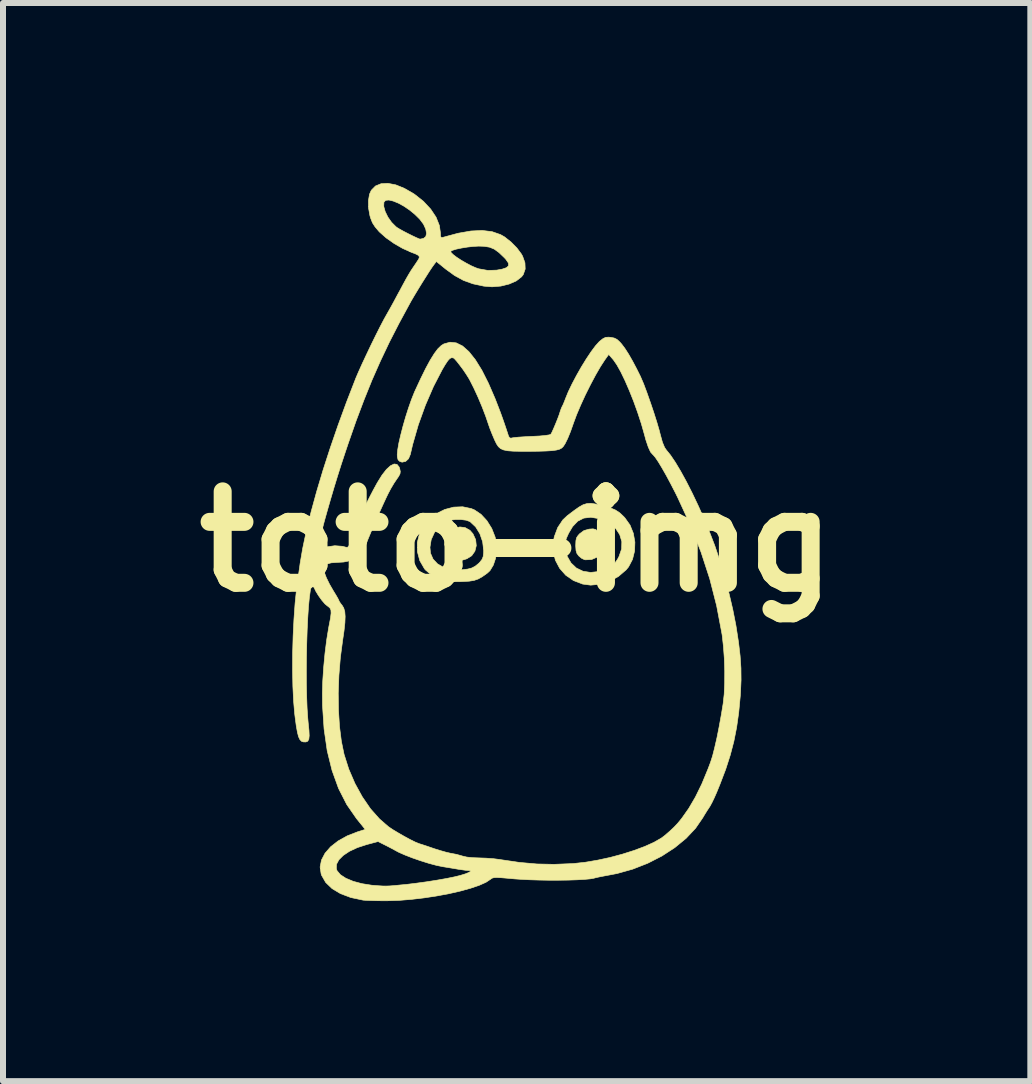
<source format=kicad_pcb>
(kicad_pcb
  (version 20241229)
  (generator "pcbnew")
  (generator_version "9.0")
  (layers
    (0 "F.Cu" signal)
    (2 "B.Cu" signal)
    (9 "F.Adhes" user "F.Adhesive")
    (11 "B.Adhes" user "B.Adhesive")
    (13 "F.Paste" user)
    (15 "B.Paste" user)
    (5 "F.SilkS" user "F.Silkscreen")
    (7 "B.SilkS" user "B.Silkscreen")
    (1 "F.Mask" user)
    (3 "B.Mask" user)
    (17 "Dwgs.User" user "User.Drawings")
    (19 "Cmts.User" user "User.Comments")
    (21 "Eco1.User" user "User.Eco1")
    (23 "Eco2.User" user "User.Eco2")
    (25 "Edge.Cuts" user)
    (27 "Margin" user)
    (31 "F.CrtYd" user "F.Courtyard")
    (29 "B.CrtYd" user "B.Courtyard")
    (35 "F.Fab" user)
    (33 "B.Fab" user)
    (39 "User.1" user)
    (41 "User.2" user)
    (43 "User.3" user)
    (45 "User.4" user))
  (footprint "toto-img"
    (layer "F.Cu")
    (at 5.559 5.972)
    (property "Reference" "toto-img" (at 0 0 0) (layer "F.SilkS") (effects (font (size 1.524 1.524) (thickness 0.3))))
    (attr through_hole)
    (fp_poly (pts (xy -0.859 -0.231) (xy -0.778 -0.185) (xy -0.728 -0.127) (xy -0.683 -0.029) (xy -0.673 0.07) (xy -0.696 0.162) (xy -0.749 0.238) (xy -0.831 0.289) (xy -0.832 0.289) (xy -0.903 0.311) (xy -0.958 0.311) (xy -1.018 0.289) (xy -1.033 0.282) (xy -1.114 0.223) (xy -1.171 0.144) (xy -1.199 0.054) (xy -1.195 -0.036) (xy -1.179 -0.076) (xy -1.115 -0.164) (xy -1.035 -0.219) (xy -0.947 -0.242) (xy -0.859 -0.231)) (stroke (width 0.01) (type solid)) (fill yes) (layer "F.SilkS"))
    (fp_poly (pts (xy 1.316 -0.199) (xy 1.359 -0.168) (xy 1.388 -0.14) (xy 1.442 -0.078) (xy 1.468 -0.018) (xy 1.472 0.016) (xy 1.459 0.113) (xy 1.412 0.197) (xy 1.339 0.262) (xy 1.249 0.301) (xy 1.148 0.306) (xy 1.13 0.303) (xy 1.084 0.282) (xy 1.036 0.242) (xy 1.035 0.241) (xy 1.004 0.2) (xy 0.989 0.151) (xy 0.984 0.078) (xy 0.984 0.062) (xy 0.987 -0.012) (xy 0.998 -0.061) (xy 1.025 -0.102) (xy 1.05 -0.129) (xy 1.121 -0.181) (xy 1.205 -0.205) (xy 1.213 -0.206) (xy 1.273 -0.21) (xy 1.316 -0.199)) (stroke (width 0.01) (type solid)) (fill yes) (layer "F.SilkS"))
    (fp_poly (pts (xy 1.313 -0.624) (xy 1.409 -0.602) (xy 1.444 -0.593) (xy 1.558 -0.56) (xy 1.644 -0.525) (xy 1.716 -0.478) (xy 1.786 -0.412) (xy 1.804 -0.392) (xy 1.889 -0.273) (xy 1.944 -0.136) (xy 1.97 0.011) (xy 1.965 0.159) (xy 1.93 0.299) (xy 1.865 0.423) (xy 1.824 0.473) (xy 1.696 0.583) (xy 1.548 0.664) (xy 1.391 0.713) (xy 1.233 0.728) (xy 1.099 0.71) (xy 0.946 0.651) (xy 0.817 0.562) (xy 0.716 0.447) (xy 0.645 0.312) (xy 0.609 0.162) (xy 0.61 0.061) (xy 0.806 0.061) (xy 0.81 0.112) (xy 0.842 0.248) (xy 0.906 0.359) (xy 0.995 0.443) (xy 1.105 0.496) (xy 1.231 0.516) (xy 1.368 0.501) (xy 1.482 0.462) (xy 1.569 0.417) (xy 1.63 0.368) (xy 1.679 0.3) (xy 1.706 0.249) (xy 1.749 0.124) (xy 1.752 0.002) (xy 1.717 -0.114) (xy 1.649 -0.217) (xy 1.549 -0.302) (xy 1.42 -0.365) (xy 1.372 -0.38) (xy 1.236 -0.403) (xy 1.118 -0.389) (xy 1.018 -0.338) (xy 0.932 -0.248) (xy 0.866 -0.137) (xy 0.83 -0.057) (xy 0.811 0.003) (xy 0.806 0.061) (xy 0.61 0.061) (xy 0.611 0.003) (xy 0.627 -0.079) (xy 0.684 -0.231) (xy 0.768 -0.358) (xy 0.844 -0.43) (xy 0.954 -0.513) (xy 1.039 -0.573) (xy 1.108 -0.612) (xy 1.171 -0.631) (xy 1.237 -0.635) (xy 1.313 -0.624)) (stroke (width 0.01) (type solid)) (fill yes) (layer "F.SilkS"))
    (fp_poly (pts (xy -0.757 -0.548) (xy -0.704 -0.526) (xy -0.594 -0.452) (xy -0.496 -0.346) (xy -0.415 -0.216) (xy -0.359 -0.073) (xy -0.339 0.022) (xy -0.333 0.152) (xy -0.351 0.28) (xy -0.389 0.394) (xy -0.444 0.485) (xy -0.486 0.525) (xy -0.57 0.585) (xy -0.64 0.625) (xy -0.71 0.649) (xy -0.791 0.662) (xy -0.897 0.668) (xy -0.942 0.67) (xy -1.041 0.671) (xy -1.127 0.669) (xy -1.19 0.666) (xy -1.216 0.663) (xy -1.287 0.634) (xy -1.37 0.588) (xy -1.451 0.533) (xy -1.515 0.479) (xy -1.535 0.457) (xy -1.614 0.32) (xy -1.654 0.172) (xy -1.655 0.097) (xy -1.445 0.097) (xy -1.436 0.196) (xy -1.393 0.294) (xy -1.318 0.374) (xy -1.216 0.432) (xy -1.094 0.468) (xy -0.958 0.478) (xy -0.814 0.46) (xy -0.747 0.442) (xy -0.69 0.412) (xy -0.631 0.364) (xy -0.615 0.347) (xy -0.577 0.299) (xy -0.558 0.252) (xy -0.551 0.189) (xy -0.55 0.148) (xy -0.567 0.005) (xy -0.613 -0.128) (xy -0.684 -0.243) (xy -0.776 -0.329) (xy -0.779 -0.331) (xy -0.841 -0.354) (xy -0.927 -0.365) (xy -1.023 -0.365) (xy -1.113 -0.353) (xy -1.177 -0.332) (xy -1.285 -0.254) (xy -1.369 -0.151) (xy -1.424 -0.031) (xy -1.445 0.097) (xy -1.655 0.097) (xy -1.656 0.019) (xy -1.619 -0.131) (xy -1.562 -0.244) (xy -1.462 -0.367) (xy -1.338 -0.464) (xy -1.198 -0.533) (xy -1.05 -0.572) (xy -0.9 -0.578) (xy -0.757 -0.548)) (stroke (width 0.01) (type solid)) (fill yes) (layer "F.SilkS"))
    (fp_poly (pts (xy -2.015 -5.942) (xy -1.872 -5.884) (xy -1.719 -5.796) (xy -1.702 -5.785) (xy -1.554 -5.668) (xy -1.433 -5.538) (xy -1.343 -5.403) (xy -1.288 -5.265) (xy -1.27 -5.14) (xy -1.268 -5.086) (xy -1.257 -5.065) (xy -1.232 -5.066) (xy -1.222 -5.069) (xy -0.978 -5.135) (xy -0.762 -5.173) (xy -0.574 -5.182) (xy -0.41 -5.162) (xy -0.269 -5.113) (xy -0.201 -5.074) (xy -0.095 -4.99) (xy 0.003 -4.891) (xy 0.079 -4.789) (xy 0.099 -4.753) (xy 0.138 -4.643) (xy 0.142 -4.539) (xy 0.11 -4.447) (xy 0.082 -4.41) (xy -0.007 -4.341) (xy -0.126 -4.289) (xy -0.264 -4.255) (xy -0.41 -4.243) (xy -0.547 -4.254) (xy -0.729 -4.293) (xy -0.887 -4.35) (xy -1.036 -4.432) (xy -1.19 -4.544) (xy -1.193 -4.547) (xy -1.338 -4.665) (xy -1.378 -4.613) (xy -1.409 -4.57) (xy -1.457 -4.498) (xy -1.515 -4.406) (xy -1.58 -4.303) (xy -1.645 -4.197) (xy -1.706 -4.096) (xy -1.757 -4.009) (xy -1.779 -3.969) (xy -1.959 -3.637) (xy -2.122 -3.319) (xy -2.271 -3.005) (xy -2.411 -2.688) (xy -2.544 -2.358) (xy -2.676 -2.008) (xy -2.809 -1.627) (xy -2.865 -1.46) (xy -2.926 -1.275) (xy -2.987 -1.082) (xy -3.046 -0.889) (xy -3.102 -0.699) (xy -3.154 -0.518) (xy -3.201 -0.351) (xy -3.24 -0.202) (xy -3.271 -0.078) (xy -3.292 0.018) (xy -3.302 0.08) (xy -3.302 0.09) (xy -3.297 0.106) (xy -3.278 0.111) (xy -3.234 0.105) (xy -3.17 0.091) (xy -3.03 0.071) (xy -2.902 0.081) (xy -2.845 0.096) (xy -2.822 0.098) (xy -2.802 0.085) (xy -2.782 0.048) (xy -2.756 -0.019) (xy -2.742 -0.057) (xy -2.705 -0.158) (xy -2.662 -0.265) (xy -2.623 -0.354) (xy -2.623 -0.356) (xy -2.592 -0.424) (xy -2.57 -0.476) (xy -2.561 -0.5) (xy -2.561 -0.5) (xy -2.552 -0.528) (xy -2.526 -0.585) (xy -2.489 -0.663) (xy -2.443 -0.753) (xy -2.393 -0.849) (xy -2.343 -0.941) (xy -2.322 -0.979) (xy -2.244 -1.105) (xy -2.17 -1.2) (xy -2.102 -1.262) (xy -2.042 -1.291) (xy -1.994 -1.284) (xy -1.959 -1.241) (xy -1.949 -1.214) (xy -1.939 -1.166) (xy -1.944 -1.127) (xy -1.968 -1.082) (xy -1.998 -1.039) (xy -2.045 -0.969) (xy -2.097 -0.881) (xy -2.143 -0.794) (xy -2.18 -0.717) (xy -2.227 -0.615) (xy -2.28 -0.498) (xy -2.335 -0.372) (xy -2.389 -0.248) (xy -2.438 -0.132) (xy -2.479 -0.033) (xy -2.507 0.04) (xy -2.516 0.065) (xy -2.568 0.16) (xy -2.661 0.246) (xy -2.741 0.298) (xy -2.808 0.328) (xy -2.884 0.343) (xy -2.974 0.348) (xy -3.089 0.356) (xy -3.166 0.377) (xy -3.208 0.414) (xy -3.217 0.453) (xy -3.205 0.516) (xy -3.171 0.605) (xy -3.119 0.711) (xy -3.052 0.827) (xy -3.045 0.838) (xy -3.005 0.904) (xy -2.976 0.955) (xy -2.963 0.983) (xy -2.963 0.983) (xy -2.951 1.008) (xy -2.92 1.051) (xy -2.91 1.062) (xy -2.882 1.108) (xy -2.864 1.169) (xy -2.858 1.25) (xy -2.862 1.355) (xy -2.877 1.492) (xy -2.9 1.649) (xy -2.938 1.937) (xy -2.962 2.232) (xy -2.973 2.527) (xy -2.969 2.814) (xy -2.952 3.084) (xy -2.921 3.329) (xy -2.877 3.543) (xy -2.877 3.544) (xy -2.798 3.793) (xy -2.695 4.032) (xy -2.573 4.254) (xy -2.436 4.454) (xy -2.286 4.623) (xy -2.139 4.751) (xy -2.065 4.801) (xy -1.972 4.857) (xy -1.871 4.915) (xy -1.773 4.968) (xy -1.688 5.01) (xy -1.626 5.035) (xy -1.623 5.036) (xy -1.572 5.052) (xy -1.496 5.077) (xy -1.406 5.108) (xy -1.371 5.12) (xy -1.275 5.15) (xy -1.18 5.177) (xy -1.104 5.195) (xy -1.086 5.198) (xy -1.002 5.214) (xy -0.92 5.237) (xy -0.9 5.243) (xy -0.831 5.259) (xy -0.735 5.269) (xy -0.627 5.273) (xy -0.512 5.277) (xy -0.387 5.286) (xy -0.276 5.3) (xy -0.267 5.302) (xy 0.045 5.348) (xy 0.337 5.374) (xy 0.624 5.38) (xy 0.924 5.368) (xy 0.953 5.366) (xy 1.146 5.345) (xy 1.351 5.31) (xy 1.559 5.265) (xy 1.763 5.21) (xy 1.958 5.148) (xy 2.135 5.082) (xy 2.288 5.013) (xy 2.41 4.943) (xy 2.466 4.901) (xy 2.555 4.824) (xy 2.622 4.761) (xy 2.677 4.703) (xy 2.731 4.638) (xy 2.749 4.616) (xy 2.867 4.449) (xy 2.978 4.259) (xy 3.085 4.041) (xy 3.189 3.789) (xy 3.231 3.678) (xy 3.264 3.575) (xy 3.299 3.437) (xy 3.337 3.272) (xy 3.374 3.086) (xy 3.41 2.888) (xy 3.441 2.699) (xy 3.458 2.544) (xy 3.466 2.36) (xy 3.467 2.158) (xy 3.46 1.949) (xy 3.445 1.746) (xy 3.424 1.559) (xy 3.418 1.525) (xy 3.332 1.071) (xy 3.218 0.625) (xy 3.073 0.18) (xy 2.895 -0.272) (xy 2.682 -0.735) (xy 2.644 -0.812) (xy 2.566 -0.963) (xy 2.491 -1.103) (xy 2.421 -1.226) (xy 2.36 -1.327) (xy 2.31 -1.401) (xy 2.274 -1.443) (xy 2.267 -1.449) (xy 2.231 -1.49) (xy 2.194 -1.57) (xy 2.153 -1.691) (xy 2.128 -1.784) (xy 2.077 -1.963) (xy 2.016 -2.149) (xy 1.949 -2.335) (xy 1.878 -2.513) (xy 1.806 -2.679) (xy 1.736 -2.824) (xy 1.67 -2.942) (xy 1.612 -3.026) (xy 1.605 -3.034) (xy 1.534 -3.116) (xy 1.468 -3.024) (xy 1.396 -2.913) (xy 1.315 -2.773) (xy 1.23 -2.613) (xy 1.145 -2.443) (xy 1.067 -2.273) (xy 0.999 -2.113) (xy 0.947 -1.973) (xy 0.944 -1.964) (xy 0.897 -1.831) (xy 0.85 -1.716) (xy 0.807 -1.629) (xy 0.777 -1.583) (xy 0.751 -1.557) (xy 0.714 -1.537) (xy 0.662 -1.523) (xy 0.59 -1.513) (xy 0.49 -1.507) (xy 0.359 -1.503) (xy 0.228 -1.502) (xy 0.068 -1.502) (xy -0.056 -1.504) (xy -0.149 -1.511) (xy -0.218 -1.525) (xy -0.268 -1.547) (xy -0.305 -1.58) (xy -0.335 -1.625) (xy -0.365 -1.686) (xy -0.375 -1.709) (xy -0.411 -1.794) (xy -0.444 -1.877) (xy -0.465 -1.937) (xy -0.514 -2.081) (xy -0.575 -2.241) (xy -0.644 -2.405) (xy -0.715 -2.559) (xy -0.781 -2.689) (xy -0.801 -2.724) (xy -0.842 -2.789) (xy -0.892 -2.863) (xy -0.946 -2.935) (xy -0.995 -2.998) (xy -1.034 -3.042) (xy -1.053 -3.058) (xy -1.083 -3.062) (xy -1.113 -3.049) (xy -1.148 -3.011) (xy -1.192 -2.945) (xy -1.241 -2.862) (xy -1.387 -2.58) (xy -1.521 -2.27) (xy -1.639 -1.943) (xy -1.734 -1.613) (xy -1.772 -1.45) (xy -1.802 -1.378) (xy -1.85 -1.334) (xy -1.909 -1.321) (xy -1.947 -1.333) (xy -1.976 -1.36) (xy -1.988 -1.409) (xy -1.99 -1.449) (xy -1.982 -1.529) (xy -1.963 -1.64) (xy -1.932 -1.774) (xy -1.894 -1.921) (xy -1.85 -2.074) (xy -1.802 -2.224) (xy -1.754 -2.361) (xy -1.707 -2.479) (xy -1.699 -2.498) (xy -1.601 -2.709) (xy -1.516 -2.882) (xy -1.44 -3.022) (xy -1.373 -3.13) (xy -1.313 -3.21) (xy -1.257 -3.264) (xy -1.214 -3.291) (xy -1.111 -3.32) (xy -1.007 -3.309) (xy -0.902 -3.257) (xy -0.796 -3.163) (xy -0.689 -3.029) (xy -0.58 -2.853) (xy -0.47 -2.635) (xy -0.358 -2.376) (xy -0.273 -2.156) (xy -0.235 -2.051) (xy -0.2 -1.95) (xy -0.171 -1.864) (xy -0.155 -1.816) (xy -0.135 -1.754) (xy -0.117 -1.726) (xy -0.093 -1.721) (xy -0.078 -1.725) (xy -0.04 -1.731) (xy 0.03 -1.738) (xy 0.124 -1.744) (xy 0.233 -1.75) (xy 0.259 -1.751) (xy 0.381 -1.757) (xy 0.477 -1.766) (xy 0.542 -1.776) (xy 0.569 -1.786) (xy 0.588 -1.82) (xy 0.616 -1.882) (xy 0.649 -1.96) (xy 0.682 -2.042) (xy 0.71 -2.117) (xy 0.723 -2.159) (xy 0.742 -2.214) (xy 0.759 -2.252) (xy 0.761 -2.254) (xy 0.776 -2.285) (xy 0.799 -2.341) (xy 0.814 -2.381) (xy 0.861 -2.496) (xy 0.924 -2.627) (xy 0.998 -2.767) (xy 1.078 -2.908) (xy 1.16 -3.041) (xy 1.24 -3.161) (xy 1.312 -3.258) (xy 1.373 -3.326) (xy 1.383 -3.336) (xy 1.439 -3.38) (xy 1.483 -3.401) (xy 1.533 -3.404) (xy 1.566 -3.401) (xy 1.624 -3.39) (xy 1.671 -3.367) (xy 1.719 -3.323) (xy 1.75 -3.288) (xy 1.802 -3.219) (xy 1.865 -3.121) (xy 1.932 -3.004) (xy 1.999 -2.877) (xy 2.061 -2.753) (xy 2.11 -2.639) (xy 2.116 -2.625) (xy 2.172 -2.475) (xy 2.23 -2.31) (xy 2.286 -2.144) (xy 2.336 -1.986) (xy 2.376 -1.849) (xy 2.394 -1.778) (xy 2.429 -1.652) (xy 2.465 -1.566) (xy 2.494 -1.524) (xy 2.563 -1.439) (xy 2.644 -1.319) (xy 2.733 -1.17) (xy 2.828 -0.997) (xy 2.926 -0.804) (xy 3.024 -0.598) (xy 3.12 -0.384) (xy 3.21 -0.166) (xy 3.293 0.049) (xy 3.299 0.064) (xy 3.381 0.306) (xy 3.461 0.575) (xy 3.536 0.856) (xy 3.601 1.134) (xy 3.652 1.392) (xy 3.658 1.429) (xy 3.697 1.682) (xy 3.723 1.905) (xy 3.737 2.111) (xy 3.739 2.31) (xy 3.73 2.514) (xy 3.726 2.575) (xy 3.7 2.85) (xy 3.665 3.098) (xy 3.619 3.331) (xy 3.559 3.56) (xy 3.483 3.796) (xy 3.386 4.05) (xy 3.333 4.18) (xy 3.293 4.271) (xy 3.253 4.354) (xy 3.219 4.416) (xy 3.207 4.434) (xy 3.17 4.49) (xy 3.125 4.563) (xy 3.101 4.604) (xy 2.98 4.78) (xy 2.823 4.947) (xy 2.634 5.102) (xy 2.419 5.242) (xy 2.184 5.362) (xy 1.934 5.46) (xy 1.674 5.533) (xy 1.554 5.556) (xy 1.458 5.574) (xy 1.371 5.591) (xy 1.305 5.606) (xy 1.289 5.611) (xy 1.227 5.622) (xy 1.13 5.631) (xy 1.005 5.638) (xy 0.859 5.643) (xy 0.699 5.645) (xy 0.531 5.645) (xy 0.364 5.642) (xy 0.204 5.637) (xy 0.058 5.629) (xy -0.031 5.623) (xy -0.163 5.611) (xy -0.259 5.603) (xy -0.326 5.6) (xy -0.371 5.601) (xy -0.4 5.607) (xy -0.42 5.617) (xy -0.434 5.628) (xy -0.511 5.679) (xy -0.625 5.73) (xy -0.77 5.779) (xy -0.94 5.826) (xy -1.129 5.869) (xy -1.332 5.907) (xy -1.542 5.939) (xy -1.754 5.964) (xy -1.962 5.981) (xy -2.16 5.987) (xy -2.219 5.987) (xy -2.33 5.986) (xy -2.43 5.983) (xy -2.508 5.98) (xy -2.556 5.977) (xy -2.561 5.976) (xy -2.764 5.933) (xy -2.936 5.868) (xy -3.076 5.784) (xy -3.182 5.682) (xy -3.25 5.563) (xy -3.258 5.54) (xy -3.271 5.453) (xy -3.005 5.453) (xy -2.993 5.486) (xy -2.937 5.553) (xy -2.846 5.612) (xy -2.724 5.663) (xy -2.579 5.702) (xy -2.415 5.728) (xy -2.381 5.731) (xy -2.3 5.737) (xy -2.236 5.741) (xy -2.178 5.742) (xy -2.116 5.74) (xy -2.039 5.734) (xy -1.939 5.724) (xy -1.841 5.715) (xy -1.676 5.695) (xy -1.501 5.671) (xy -1.329 5.644) (xy -1.17 5.616) (xy -1.033 5.588) (xy -0.943 5.566) (xy -0.855 5.539) (xy -0.796 5.515) (xy -0.768 5.496) (xy -0.776 5.485) (xy -0.804 5.482) (xy -0.853 5.479) (xy -0.925 5.469) (xy -0.972 5.462) (xy -1.06 5.447) (xy -1.163 5.43) (xy -1.231 5.419) (xy -1.334 5.398) (xy -1.461 5.364) (xy -1.599 5.321) (xy -1.737 5.273) (xy -1.863 5.224) (xy -1.963 5.18) (xy -1.99 5.166) (xy -2.074 5.12) (xy -2.162 5.074) (xy -2.208 5.051) (xy -2.309 5) (xy -2.5 5.051) (xy -2.654 5.101) (xy -2.785 5.162) (xy -2.889 5.231) (xy -2.962 5.304) (xy -3.002 5.379) (xy -3.005 5.453) (xy -3.271 5.453) (xy -3.275 5.424) (xy -3.252 5.308) (xy -3.193 5.195) (xy -3.1 5.088) (xy -2.976 4.991) (xy -2.824 4.906) (xy -2.647 4.837) (xy -2.642 4.836) (xy -2.523 4.798) (xy -2.67 4.616) (xy -2.832 4.382) (xy -2.968 4.115) (xy -3.076 3.816) (xy -3.157 3.487) (xy -3.209 3.125) (xy -3.235 2.734) (xy -3.237 2.529) (xy -3.231 2.325) (xy -3.216 2.099) (xy -3.194 1.866) (xy -3.166 1.642) (xy -3.133 1.44) (xy -3.122 1.382) (xy -3.101 1.272) (xy -3.092 1.194) (xy -3.095 1.142) (xy -3.113 1.107) (xy -3.144 1.081) (xy -3.152 1.076) (xy -3.195 1.04) (xy -3.248 0.978) (xy -3.302 0.903) (xy -3.347 0.829) (xy -3.371 0.778) (xy -3.393 0.744) (xy -3.416 0.751) (xy -3.434 0.795) (xy -3.437 0.81) (xy -3.454 0.931) (xy -3.469 1.087) (xy -3.481 1.272) (xy -3.491 1.479) (xy -3.498 1.7) (xy -3.503 1.928) (xy -3.505 2.157) (xy -3.504 2.38) (xy -3.499 2.59) (xy -3.492 2.78) (xy -3.481 2.942) (xy -3.474 3.021) (xy -3.461 3.147) (xy -3.457 3.236) (xy -3.463 3.294) (xy -3.481 3.328) (xy -3.512 3.341) (xy -3.554 3.34) (xy -3.586 3.329) (xy -3.612 3.301) (xy -3.635 3.252) (xy -3.654 3.176) (xy -3.673 3.069) (xy -3.692 2.926) (xy -3.699 2.868) (xy -3.717 2.657) (xy -3.729 2.412) (xy -3.734 2.145) (xy -3.733 1.864) (xy -3.725 1.578) (xy -3.711 1.296) (xy -3.692 1.029) (xy -3.667 0.784) (xy -3.65 0.656) (xy -3.642 0.603) (xy -3.63 0.521) (xy -3.616 0.425) (xy -3.609 0.37) (xy -3.565 0.113) (xy -3.504 -0.177) (xy -3.425 -0.495) (xy -3.332 -0.834) (xy -3.225 -1.192) (xy -3.105 -1.562) (xy -2.975 -1.939) (xy -2.836 -2.319) (xy -2.689 -2.697) (xy -2.685 -2.709) (xy -2.638 -2.819) (xy -2.576 -2.957) (xy -2.504 -3.111) (xy -2.427 -3.273) (xy -2.349 -3.432) (xy -2.275 -3.579) (xy -2.21 -3.703) (xy -2.178 -3.76) (xy -2.113 -3.875) (xy -2.049 -3.991) (xy -1.978 -4.124) (xy -1.947 -4.18) (xy -1.885 -4.296) (xy -1.837 -4.384) (xy -1.797 -4.453) (xy -1.76 -4.514) (xy -1.719 -4.575) (xy -1.67 -4.647) (xy -1.666 -4.654) (xy -1.632 -4.705) (xy -1.621 -4.74) (xy -1.636 -4.766) (xy -1.682 -4.79) (xy -1.757 -4.819) (xy -1.794 -4.836) (xy -1.098 -4.836) (xy -1.093 -4.814) (xy -1.057 -4.779) (xy -0.999 -4.735) (xy -0.924 -4.686) (xy -0.841 -4.638) (xy -0.758 -4.594) (xy -0.681 -4.56) (xy -0.632 -4.543) (xy -0.48 -4.516) (xy -0.332 -4.521) (xy -0.243 -4.537) (xy -0.169 -4.562) (xy -0.134 -4.595) (xy -0.138 -4.64) (xy -0.18 -4.701) (xy -0.206 -4.729) (xy -0.295 -4.814) (xy -0.373 -4.871) (xy -0.451 -4.903) (xy -0.543 -4.918) (xy -0.633 -4.921) (xy -0.722 -4.916) (xy -0.821 -4.905) (xy -0.919 -4.889) (xy -1.005 -4.871) (xy -1.069 -4.851) (xy -1.098 -4.836) (xy -1.794 -4.836) (xy -1.9 -4.883) (xy -2.044 -4.966) (xy -2.177 -5.06) (xy -2.283 -5.154) (xy -2.293 -5.164) (xy -2.359 -5.242) (xy -2.403 -5.31) (xy -2.433 -5.387) (xy -2.445 -5.427) (xy -2.468 -5.555) (xy -2.469 -5.583) (xy -2.215 -5.583) (xy -2.191 -5.497) (xy -2.146 -5.405) (xy -2.085 -5.318) (xy -2.013 -5.246) (xy -1.994 -5.231) (xy -1.953 -5.206) (xy -1.89 -5.171) (xy -1.815 -5.132) (xy -1.739 -5.094) (xy -1.673 -5.063) (xy -1.625 -5.042) (xy -1.609 -5.038) (xy -1.582 -5.043) (xy -1.55 -5.051) (xy -1.514 -5.08) (xy -1.502 -5.134) (xy -1.515 -5.205) (xy -1.551 -5.284) (xy -1.555 -5.29) (xy -1.616 -5.371) (xy -1.695 -5.449) (xy -1.784 -5.522) (xy -1.878 -5.586) (xy -1.971 -5.637) (xy -2.057 -5.672) (xy -2.129 -5.689) (xy -2.183 -5.684) (xy -2.212 -5.653) (xy -2.215 -5.583) (xy -2.469 -5.583) (xy -2.47 -5.679) (xy -2.452 -5.786) (xy -2.422 -5.852) (xy -2.352 -5.923) (xy -2.259 -5.961) (xy -2.145 -5.967) (xy -2.015 -5.942)) (stroke (width 0.01) (type solid)) (fill yes) (layer "F.SilkS")))
  (gr_rect
    (start -3 -3)
    (end 14.118 14.965)
    (stroke (width 0.1) (type default))
    (fill no)
    (layer "Edge.Cuts")))
</source>
